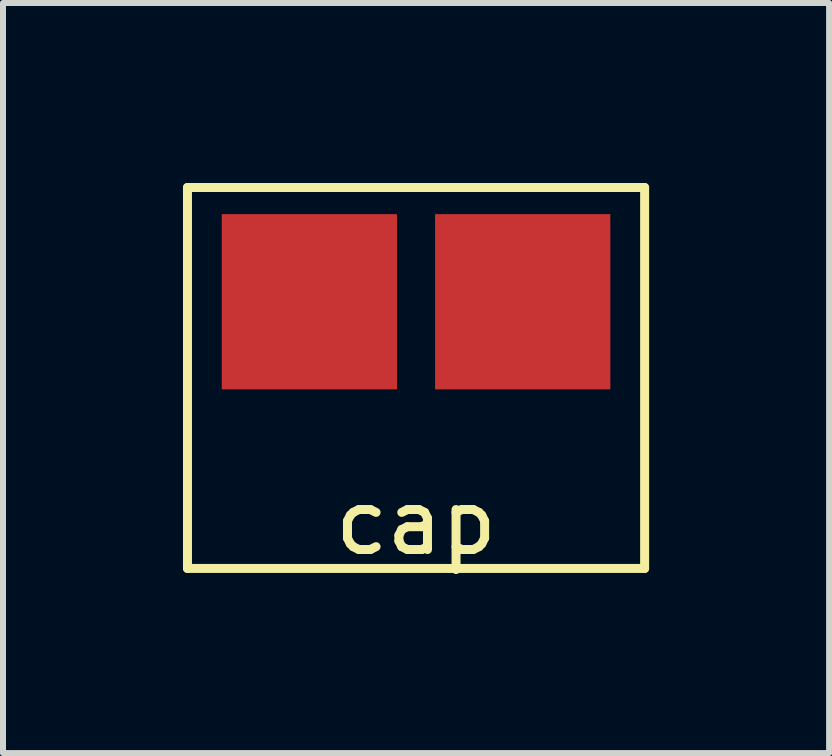
<source format=kicad_pcb>
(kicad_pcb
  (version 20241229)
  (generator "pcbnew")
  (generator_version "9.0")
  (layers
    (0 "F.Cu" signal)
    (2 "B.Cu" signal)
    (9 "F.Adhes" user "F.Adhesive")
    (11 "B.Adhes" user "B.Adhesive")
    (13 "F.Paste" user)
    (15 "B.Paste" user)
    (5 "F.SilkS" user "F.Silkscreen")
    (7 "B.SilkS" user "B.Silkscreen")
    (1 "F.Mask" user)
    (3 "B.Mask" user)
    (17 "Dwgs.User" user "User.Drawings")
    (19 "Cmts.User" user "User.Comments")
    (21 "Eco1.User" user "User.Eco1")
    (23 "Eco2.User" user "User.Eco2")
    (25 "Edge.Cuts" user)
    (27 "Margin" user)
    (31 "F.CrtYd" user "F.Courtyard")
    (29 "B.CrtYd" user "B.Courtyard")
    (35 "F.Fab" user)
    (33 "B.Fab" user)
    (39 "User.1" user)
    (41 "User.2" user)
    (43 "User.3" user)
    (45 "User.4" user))
  (footprint "cap"
    (layer "F.Cu")
    (at 3.885 5.155)
    (property "Reference" "cap" (at 0 0.5 0) (layer "F.SilkS") (effects (font (size 1 1) (thickness 0.15))))
    (attr through_hole)
    (fp_line (start -3.81 -5.08) (end 3.81 -5.08) (stroke (width 0.15) (type solid)) (layer "F.SilkS"))
    (fp_line (start -3.81 1.27) (end -3.81 -5.08) (stroke (width 0.15) (type solid)) (layer "F.SilkS"))
    (fp_line (start 3.81 -5.08) (end 3.81 1.27) (stroke (width 0.15) (type solid)) (layer "F.SilkS"))
    (fp_line (start 3.81 1.27) (end -3.81 1.27) (stroke (width 0.15) (type solid)) (layer "F.SilkS"))
    (pad "1" smd rect (at -1.778 -3.175) (size 2.921 2.921) (layers "F.Cu" "F.Mask" "F.Paste"))
    (pad "2" smd rect (at 1.778 -3.175) (size 2.921 2.921) (layers "F.Cu" "F.Mask" "F.Paste")))
  (gr_rect
    (start -3 -3)
    (end 10.77 9.503)
    (stroke (width 0.1) (type default))
    (fill no)
    (layer "Edge.Cuts")))
</source>
